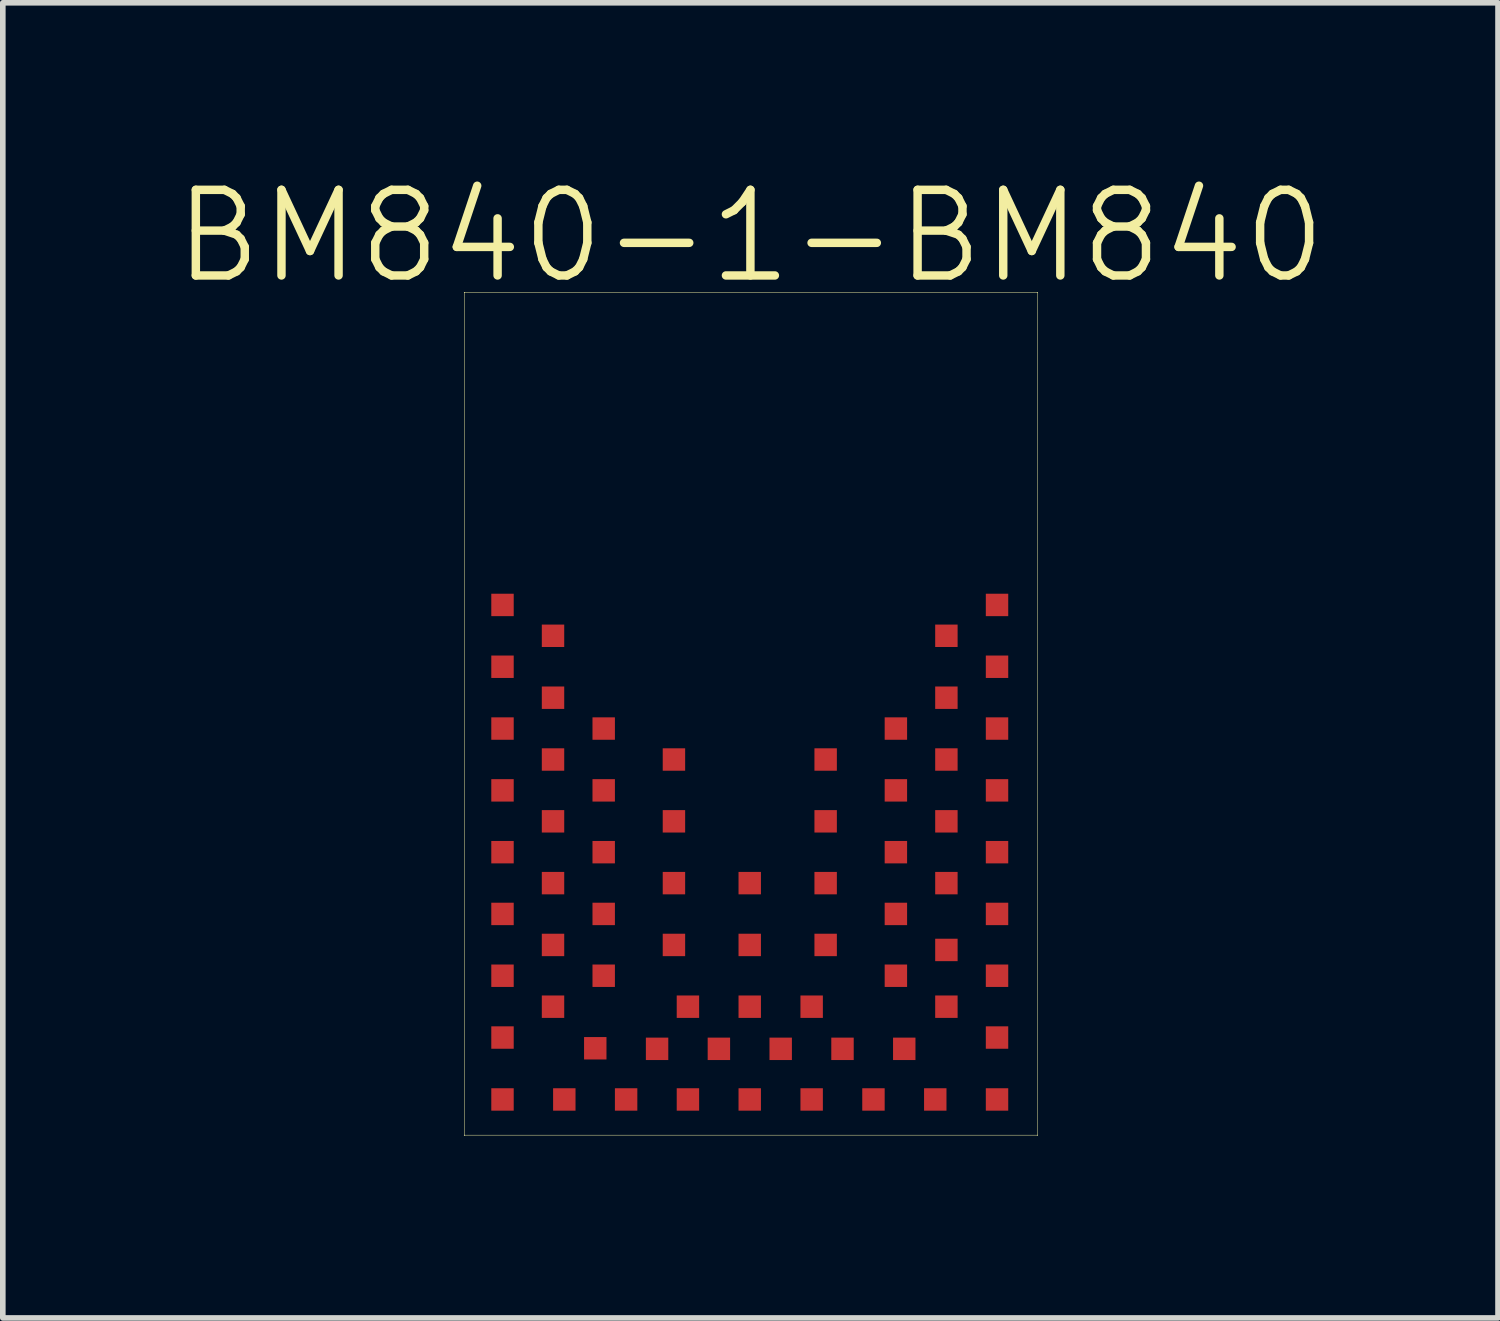
<source format=kicad_pcb>
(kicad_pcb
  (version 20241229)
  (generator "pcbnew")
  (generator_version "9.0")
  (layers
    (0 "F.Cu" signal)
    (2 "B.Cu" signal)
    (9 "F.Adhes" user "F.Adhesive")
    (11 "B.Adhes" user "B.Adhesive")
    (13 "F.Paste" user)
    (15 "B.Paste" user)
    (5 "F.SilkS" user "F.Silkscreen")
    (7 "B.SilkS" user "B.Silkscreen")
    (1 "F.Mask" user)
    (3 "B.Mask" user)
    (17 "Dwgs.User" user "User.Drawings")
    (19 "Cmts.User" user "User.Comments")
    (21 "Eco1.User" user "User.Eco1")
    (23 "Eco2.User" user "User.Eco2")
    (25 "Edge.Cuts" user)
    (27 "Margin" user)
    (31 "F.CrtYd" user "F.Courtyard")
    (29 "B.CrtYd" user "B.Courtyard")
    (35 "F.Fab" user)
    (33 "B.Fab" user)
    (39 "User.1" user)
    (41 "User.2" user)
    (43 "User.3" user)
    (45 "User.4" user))
  (footprint "BM840-1-BM840"
    (layer "F.Cu")
    (at 5.205 17.155)
    (property "Reference" "BM840-1-BM840" (at 5.1 -16 0) (layer "F.SilkS") (effects (font (size 1.524 1.524) (thickness 0.15))))
    (attr smd)
    (fp_line (start 0.008 -15.001) (end 10.203 -15.001) (stroke (width 0.008) (type solid)) (layer "F.SilkS"))
    (fp_line (start 0.008 -14.999) (end 0.008 -15.001) (stroke (width 0.008) (type solid)) (layer "F.SilkS"))
    (fp_line (start 0.008 -0.005) (end 0.008 -14.999) (stroke (width 0.008) (type solid)) (layer "F.SilkS"))
    (fp_line (start 0.008 -0.003) (end 0.008 -0.005) (stroke (width 0.008) (type solid)) (layer "F.SilkS"))
    (fp_line (start 10.203 -15.001) (end 10.206 -15.001) (stroke (width 0.008) (type solid)) (layer "F.SilkS"))
    (fp_line (start 10.206 -15.001) (end 10.206 -0.005) (stroke (width 0.008) (type solid)) (layer "F.SilkS"))
    (fp_line (start 10.206 -0.005) (end 10.206 -0.003) (stroke (width 0.008) (type solid)) (layer "F.SilkS"))
    (fp_line (start 10.206 -0.003) (end 0.008 -0.003) (stroke (width 0.008) (type solid)) (layer "F.SilkS"))
    (fp_arc (start 0.00508 -15.00124) (mid 0.005824 -15.003036) (end 0.00762 -15.00378) (stroke (width 0.00762) (type solid)) (layer "F.SilkS"))
    (fp_arc (start 0.00762 -15.00378) (mid 0.009416 -15.003036) (end 0.01016 -15.00124) (stroke (width 0.00762) (type solid)) (layer "F.SilkS"))
    (fp_arc (start 0.00762 -14.9987) (mid 0.00508 -15.00124) (end 0.00762 -15.00378) (stroke (width 0.00762) (type solid)) (layer "F.SilkS"))
    (fp_arc (start 0.00762 0) (mid 0.005824 -0.000744) (end 0.00508 -0.00254) (stroke (width 0.00762) (type solid)) (layer "F.SilkS"))
    (fp_arc (start 0.00762 0) (mid 0.00508 -0.00254) (end 0.00762 -0.00508) (stroke (width 0.00762) (type solid)) (layer "F.SilkS"))
    (fp_arc (start 0.01016 -0.00254) (mid 0.009416 -0.000744) (end 0.00762 0) (stroke (width 0.00762) (type solid)) (layer "F.SilkS"))
    (fp_arc (start 10.20318 -15.00124) (mid 10.20572 -15.00378) (end 10.20826 -15.00124) (stroke (width 0.00762) (type solid)) (layer "F.SilkS"))
    (fp_arc (start 10.20572 -15.00378) (mid 10.207516 -15.003036) (end 10.20826 -15.00124) (stroke (width 0.00762) (type solid)) (layer "F.SilkS"))
    (fp_arc (start 10.20572 -0.00508) (mid 10.20826 -0.00254) (end 10.20572 0) (stroke (width 0.00762) (type solid)) (layer "F.SilkS"))
    (fp_arc (start 10.20572 0) (mid 10.203924 -0.000744) (end 10.20318 -0.00254) (stroke (width 0.00762) (type solid)) (layer "F.SilkS"))
    (fp_arc (start 10.20826 -15.00124) (mid 10.207516 -14.999444) (end 10.20572 -14.9987) (stroke (width 0.00762) (type solid)) (layer "F.SilkS"))
    (fp_arc (start 10.20826 -0.00254) (mid 10.207516 -0.000744) (end 10.20572 0) (stroke (width 0.00762) (type solid)) (layer "F.SilkS"))
    (pad "P$1" smd rect (at 0.688 -9.439 180) (size 0.399 0.399) (layers "F.Cu" "F.Mask" "F.Paste"))
    (pad "P$2" smd rect (at 1.587 -8.89 90) (size 0.399 0.399) (layers "F.Cu" "F.Mask" "F.Paste"))
    (pad "P$3" smd rect (at 0.688 -8.339 90) (size 0.399 0.399) (layers "F.Cu" "F.Mask" "F.Paste"))
    (pad "P$4" smd rect (at 1.587 -7.788 90) (size 0.399 0.399) (layers "F.Cu" "F.Mask" "F.Paste"))
    (pad "P$5" smd rect (at 0.688 -7.239 90) (size 0.399 0.399) (layers "F.Cu" "F.Mask" "F.Paste"))
    (pad "P$6" smd rect (at 1.587 -6.688 90) (size 0.399 0.399) (layers "F.Cu" "F.Mask" "F.Paste"))
    (pad "P$7" smd rect (at 0.688 -6.139 90) (size 0.399 0.399) (layers "F.Cu" "F.Mask" "F.Paste"))
    (pad "P$8" smd rect (at 1.587 -5.588 180) (size 0.399 0.399) (layers "F.Cu" "F.Mask" "F.Paste"))
    (pad "P$9" smd rect (at 0.688 -5.039 90) (size 0.399 0.399) (layers "F.Cu" "F.Mask" "F.Paste"))
    (pad "P$10" smd rect (at 1.587 -4.488 90) (size 0.399 0.399) (layers "F.Cu" "F.Mask" "F.Paste"))
    (pad "P$11" smd rect (at 0.688 -3.94 90) (size 0.399 0.399) (layers "F.Cu" "F.Mask" "F.Paste"))
    (pad "P$12" smd rect (at 1.587 -3.388 90) (size 0.399 0.399) (layers "F.Cu" "F.Mask" "F.Paste"))
    (pad "P$13" smd rect (at 0.688 -2.84 90) (size 0.399 0.399) (layers "F.Cu" "F.Mask" "F.Paste"))
    (pad "P$14" smd rect (at 1.587 -2.289 90) (size 0.399 0.399) (layers "F.Cu" "F.Mask" "F.Paste"))
    (pad "P$15" smd rect (at 0.688 -1.74 90) (size 0.399 0.399) (layers "F.Cu" "F.Mask" "F.Paste"))
    (pad "P$16" smd rect (at 0.688 -0.638 90) (size 0.399 0.399) (layers "F.Cu" "F.Mask" "F.Paste"))
    (pad "P$17" smd rect (at 1.788 -0.638 90) (size 0.399 0.399) (layers "F.Cu" "F.Mask" "F.Paste"))
    (pad "P$18" smd rect (at 2.339 -1.549 180) (size 0.399 0.399) (layers "F.Cu" "F.Mask" "F.Paste"))
    (pad "P$19" smd rect (at 2.888 -0.638 90) (size 0.399 0.399) (layers "F.Cu" "F.Mask" "F.Paste"))
    (pad "P$20" smd rect (at 3.439 -1.539 90) (size 0.399 0.399) (layers "F.Cu" "F.Mask" "F.Paste"))
    (pad "P$21" smd rect (at 3.988 -0.638 90) (size 0.399 0.399) (layers "F.Cu" "F.Mask" "F.Paste"))
    (pad "P$22" smd rect (at 4.539 -1.539 90) (size 0.399 0.399) (layers "F.Cu" "F.Mask" "F.Paste"))
    (pad "P$23" smd rect (at 5.088 -0.638 180) (size 0.399 0.399) (layers "F.Cu" "F.Mask" "F.Paste"))
    (pad "P$24" smd rect (at 5.639 -1.539 90) (size 0.399 0.399) (layers "F.Cu" "F.Mask" "F.Paste"))
    (pad "P$25" smd rect (at 6.19 -0.638 90) (size 0.399 0.399) (layers "F.Cu" "F.Mask" "F.Paste"))
    (pad "P$26" smd rect (at 6.739 -1.539 90) (size 0.399 0.399) (layers "F.Cu" "F.Mask" "F.Paste"))
    (pad "P$27" smd rect (at 7.29 -0.638 90) (size 0.399 0.399) (layers "F.Cu" "F.Mask" "F.Paste"))
    (pad "P$28" smd rect (at 7.838 -1.539 90) (size 0.399 0.399) (layers "F.Cu" "F.Mask" "F.Paste"))
    (pad "P$29" smd rect (at 8.39 -0.638 90) (size 0.399 0.399) (layers "F.Cu" "F.Mask" "F.Paste"))
    (pad "P$30" smd rect (at 9.489 -0.638 180) (size 0.399 0.399) (layers "F.Cu" "F.Mask" "F.Paste"))
    (pad "P$31" smd rect (at 9.489 -1.74 90) (size 0.399 0.399) (layers "F.Cu" "F.Mask" "F.Paste"))
    (pad "P$32" smd rect (at 8.588 -2.289 90) (size 0.399 0.399) (layers "F.Cu" "F.Mask" "F.Paste"))
    (pad "P$33" smd rect (at 9.489 -2.84 90) (size 0.399 0.399) (layers "F.Cu" "F.Mask" "F.Paste"))
    (pad "P$34" smd rect (at 8.588 -3.299 90) (size 0.399 0.399) (layers "F.Cu" "F.Mask" "F.Paste"))
    (pad "P$35" smd rect (at 9.489 -3.94 90) (size 0.399 0.399) (layers "F.Cu" "F.Mask" "F.Paste"))
    (pad "P$36" smd rect (at 8.588 -4.488 90) (size 0.399 0.399) (layers "F.Cu" "F.Mask" "F.Paste"))
    (pad "P$37" smd rect (at 9.489 -5.039 90) (size 0.399 0.399) (layers "F.Cu" "F.Mask" "F.Paste"))
    (pad "P$38" smd rect (at 8.588 -5.588 90) (size 0.399 0.399) (layers "F.Cu" "F.Mask" "F.Paste"))
    (pad "P$39" smd rect (at 9.489 -6.139 90) (size 0.399 0.399) (layers "F.Cu" "F.Mask" "F.Paste"))
    (pad "P$40" smd rect (at 8.588 -6.688 90) (size 0.399 0.399) (layers "F.Cu" "F.Mask" "F.Paste"))
    (pad "P$41" smd rect (at 9.489 -7.239 90) (size 0.399 0.399) (layers "F.Cu" "F.Mask" "F.Paste"))
    (pad "P$42" smd rect (at 8.588 -7.788 90) (size 0.399 0.399) (layers "F.Cu" "F.Mask" "F.Paste"))
    (pad "P$43" smd rect (at 9.489 -8.339 90) (size 0.399 0.399) (layers "F.Cu" "F.Mask" "F.Paste"))
    (pad "P$44" smd rect (at 8.588 -8.89 90) (size 0.399 0.399) (layers "F.Cu" "F.Mask" "F.Paste"))
    (pad "P$45" smd rect (at 9.489 -9.439 90) (size 0.399 0.399) (layers "F.Cu" "F.Mask" "F.Paste"))
    (pad "P$46" smd rect (at 6.439 -6.688 90) (size 0.399 0.399) (layers "F.Cu" "F.Mask" "F.Paste"))
    (pad "P$47" smd rect (at 3.739 -6.688 90) (size 0.399 0.399) (layers "F.Cu" "F.Mask" "F.Paste"))
    (pad "P$48" smd rect (at 2.489 -7.239 90) (size 0.399 0.399) (layers "F.Cu" "F.Mask" "F.Paste"))
    (pad "P$49" smd rect (at 2.489 -6.139 90) (size 0.399 0.399) (layers "F.Cu" "F.Mask" "F.Paste"))
    (pad "P$50" smd rect (at 3.739 -5.588 90) (size 0.399 0.399) (layers "F.Cu" "F.Mask" "F.Paste"))
    (pad "P$51" smd rect (at 2.489 -5.039 90) (size 0.399 0.399) (layers "F.Cu" "F.Mask" "F.Paste"))
    (pad "P$52" smd rect (at 3.739 -4.488 90) (size 0.399 0.399) (layers "F.Cu" "F.Mask" "F.Paste"))
    (pad "P$53" smd rect (at 2.489 -3.94 90) (size 0.399 0.399) (layers "F.Cu" "F.Mask" "F.Paste"))
    (pad "P$54" smd rect (at 3.739 -3.388 90) (size 0.399 0.399) (layers "F.Cu" "F.Mask" "F.Paste"))
    (pad "P$55" smd rect (at 2.489 -2.84 90) (size 0.399 0.399) (layers "F.Cu" "F.Mask" "F.Paste"))
    (pad "P$56" smd rect (at 3.988 -2.289 90) (size 0.399 0.399) (layers "F.Cu" "F.Mask" "F.Paste"))
    (pad "P$57" smd rect (at 5.088 -2.289 90) (size 0.399 0.399) (layers "F.Cu" "F.Mask" "F.Paste"))
    (pad "P$58" smd rect (at 6.19 -2.289 90) (size 0.399 0.399) (layers "F.Cu" "F.Mask" "F.Paste"))
    (pad "P$59" smd rect (at 7.689 -2.84 90) (size 0.399 0.399) (layers "F.Cu" "F.Mask" "F.Paste"))
    (pad "P$60" smd rect (at 6.439 -3.388 90) (size 0.399 0.399) (layers "F.Cu" "F.Mask" "F.Paste"))
    (pad "P$61" smd rect (at 7.689 -3.94 90) (size 0.399 0.399) (layers "F.Cu" "F.Mask" "F.Paste"))
    (pad "P$62" smd rect (at 6.439 -4.488 90) (size 0.399 0.399) (layers "F.Cu" "F.Mask" "F.Paste"))
    (pad "P$63" smd rect (at 7.689 -5.039 90) (size 0.399 0.399) (layers "F.Cu" "F.Mask" "F.Paste"))
    (pad "P$64" smd rect (at 6.439 -5.588 90) (size 0.399 0.399) (layers "F.Cu" "F.Mask" "F.Paste"))
    (pad "P$65" smd rect (at 7.689 -6.139 90) (size 0.399 0.399) (layers "F.Cu" "F.Mask" "F.Paste"))
    (pad "P$66" smd rect (at 7.689 -7.239 90) (size 0.399 0.399) (layers "F.Cu" "F.Mask" "F.Paste"))
    (pad "P$67" smd rect (at 5.088 -3.388 90) (size 0.399 0.399) (layers "F.Cu" "F.Mask" "F.Paste"))
    (pad "P$68" smd rect (at 5.088 -4.488 90) (size 0.399 0.399) (layers "F.Cu" "F.Mask" "F.Paste")))
  (gr_rect
    (start -3 -3)
    (end 23.61 20.405)
    (stroke (width 0.1) (type default))
    (fill no)
    (layer "Edge.Cuts")))
</source>
